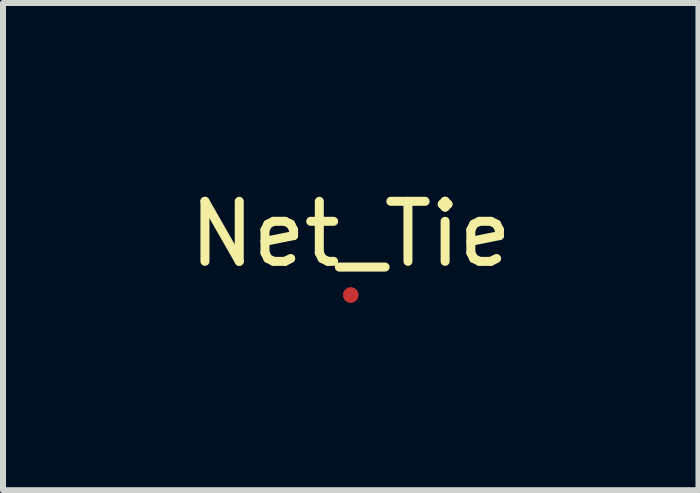
<source format=kicad_pcb>
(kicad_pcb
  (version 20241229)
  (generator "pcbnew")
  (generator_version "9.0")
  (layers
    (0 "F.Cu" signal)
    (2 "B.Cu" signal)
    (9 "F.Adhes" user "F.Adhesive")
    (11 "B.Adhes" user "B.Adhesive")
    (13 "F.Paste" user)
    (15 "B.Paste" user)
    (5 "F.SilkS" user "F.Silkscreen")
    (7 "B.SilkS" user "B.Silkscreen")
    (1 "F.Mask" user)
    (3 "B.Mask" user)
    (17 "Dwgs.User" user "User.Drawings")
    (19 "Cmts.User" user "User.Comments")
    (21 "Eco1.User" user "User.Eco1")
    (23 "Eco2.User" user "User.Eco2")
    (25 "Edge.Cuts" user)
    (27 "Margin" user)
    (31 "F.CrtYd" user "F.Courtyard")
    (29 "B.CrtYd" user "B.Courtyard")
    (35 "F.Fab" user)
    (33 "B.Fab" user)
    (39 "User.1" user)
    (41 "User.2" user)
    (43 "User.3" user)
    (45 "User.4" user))
  (footprint "Net_Tie"
    (layer "F.Cu")
    (at 2.792 1.864)
    (property "Reference" "Net_Tie" (at 0 -1.016 0) (unlocked yes) (layer "F.SilkS") (effects (font (size 1 1) (thickness 0.15))))
    (attr smd exclude_from_pos_files exclude_from_bom allow_missing_courtyard)
    (pad "1" smd circle (at 0 0) (size 0.254 0.254) (layers "F.Cu"))
    (pad "2" smd circle (at 0 0) (size 0.254 0.254) (layers "F.Cu")))
  (gr_rect
    (start -3 -3)
    (end 8.583 5.114)
    (stroke (width 0.1) (type default))
    (fill no)
    (layer "Edge.Cuts")))
</source>
